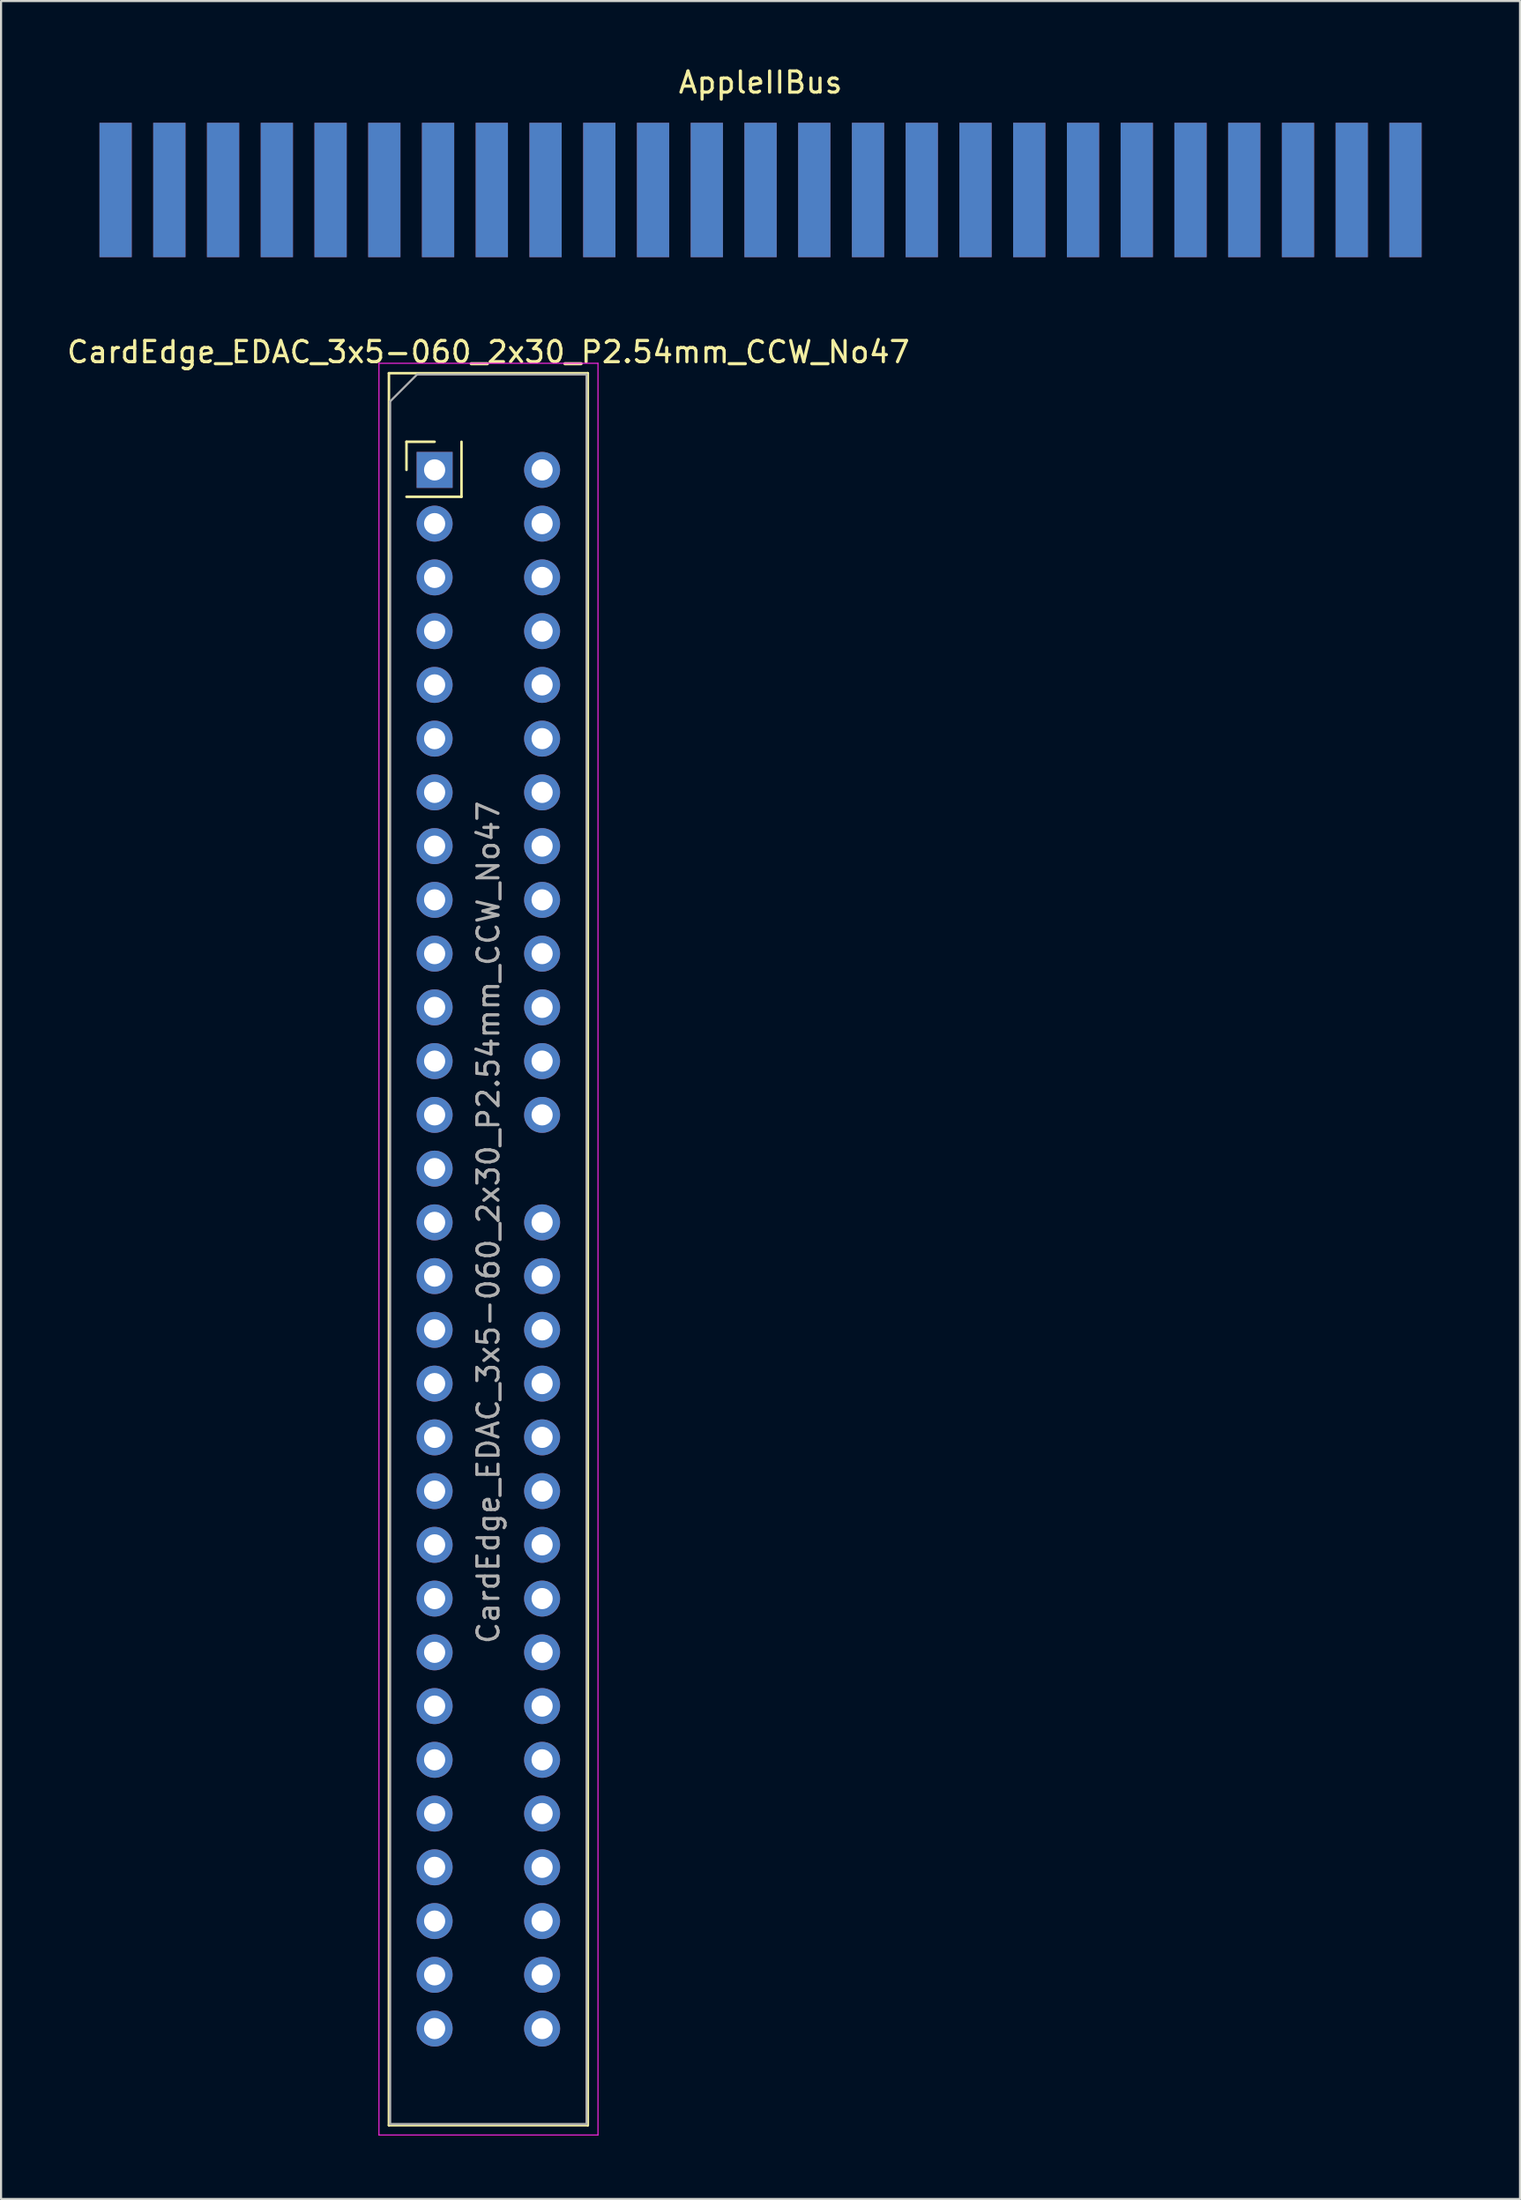
<source format=kicad_pcb>
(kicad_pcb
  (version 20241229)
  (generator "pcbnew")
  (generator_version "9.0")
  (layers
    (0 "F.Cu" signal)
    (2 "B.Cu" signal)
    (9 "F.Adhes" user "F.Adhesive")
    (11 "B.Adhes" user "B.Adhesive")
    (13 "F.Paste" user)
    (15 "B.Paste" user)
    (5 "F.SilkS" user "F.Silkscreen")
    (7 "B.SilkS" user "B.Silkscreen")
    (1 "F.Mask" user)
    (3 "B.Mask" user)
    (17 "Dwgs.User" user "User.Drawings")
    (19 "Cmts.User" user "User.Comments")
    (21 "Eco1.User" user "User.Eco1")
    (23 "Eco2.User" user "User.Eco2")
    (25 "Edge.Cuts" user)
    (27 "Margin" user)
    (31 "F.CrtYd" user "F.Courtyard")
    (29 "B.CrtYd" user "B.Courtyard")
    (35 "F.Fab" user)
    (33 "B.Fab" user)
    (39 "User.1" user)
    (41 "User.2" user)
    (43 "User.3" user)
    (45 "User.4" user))
  (footprint "AppleIIBus"
    (layer "F.Cu")
    (at 32.893 5.928)
    (property "Reference" "AppleIIBus" (at 0 -5.08 0) (layer "F.SilkS") (effects (font (size 1 1) (thickness 0.15))))
    (attr through_hole)
    (fp_poly (pts (xy -32.893 -3.81) (xy -32.893 3.81) (xy -31.877 3.81) (xy -31.877 -3.81)) (stroke (width 0) (type solid)) (fill yes) (layer "F.Mask"))
    (fp_poly (pts (xy 32.893 -3.81) (xy 31.877 -3.81) (xy 31.877 3.81) (xy 32.893 3.81)) (stroke (width 0) (type solid)) (fill yes) (layer "F.Mask"))
    (fp_poly (pts (xy -32.893 -3.81) (xy -32.893 3.81) (xy -31.877 3.81) (xy -31.877 -3.81)) (stroke (width 0) (type solid)) (fill yes) (layer "B.Mask"))
    (fp_poly (pts (xy 32.893 -3.81) (xy 31.877 -3.81) (xy 31.877 3.81) (xy 32.893 3.81)) (stroke (width 0) (type solid)) (fill yes) (layer "B.Mask"))
    (pad "1" smd rect (at -30.48 0) (size 1.524 6.35) (layers "F.Cu" "F.Mask"))
    (pad "2" smd rect (at -27.94 0) (size 1.524 6.35) (layers "F.Cu" "F.Mask"))
    (pad "3" smd rect (at -25.4 0) (size 1.524 6.35) (layers "F.Cu" "F.Mask"))
    (pad "4" smd rect (at -22.86 0) (size 1.524 6.35) (layers "F.Cu" "F.Mask"))
    (pad "5" smd rect (at -20.32 0) (size 1.524 6.35) (layers "F.Cu" "F.Mask"))
    (pad "6" smd rect (at -17.78 0) (size 1.524 6.35) (layers "F.Cu" "F.Mask"))
    (pad "7" smd rect (at -15.24 0) (size 1.524 6.35) (layers "F.Cu" "F.Mask"))
    (pad "8" smd rect (at -12.7 0) (size 1.524 6.35) (layers "F.Cu" "F.Mask"))
    (pad "9" smd rect (at -10.16 0) (size 1.524 6.35) (layers "F.Cu" "F.Mask"))
    (pad "10" smd rect (at -7.62 0) (size 1.524 6.35) (layers "F.Cu" "F.Mask"))
    (pad "11" smd rect (at -5.08 0) (size 1.524 6.35) (layers "F.Cu" "F.Mask"))
    (pad "12" smd rect (at -2.54 0) (size 1.524 6.35) (layers "F.Cu" "F.Mask"))
    (pad "13" smd rect (at 0 0) (size 1.524 6.35) (layers "F.Cu" "F.Mask"))
    (pad "14" smd rect (at 2.54 0) (size 1.524 6.35) (layers "F.Cu" "F.Mask"))
    (pad "15" smd rect (at 5.08 0) (size 1.524 6.35) (layers "F.Cu" "F.Mask"))
    (pad "16" smd rect (at 7.62 0) (size 1.524 6.35) (layers "F.Cu" "F.Mask"))
    (pad "17" smd rect (at 10.16 0) (size 1.524 6.35) (layers "F.Cu" "F.Mask"))
    (pad "18" smd rect (at 12.7 0) (size 1.524 6.35) (layers "F.Cu" "F.Mask"))
    (pad "19" smd rect (at 15.24 0) (size 1.524 6.35) (layers "F.Cu" "F.Mask"))
    (pad "20" smd rect (at 17.78 0) (size 1.524 6.35) (layers "F.Cu" "F.Mask"))
    (pad "21" smd rect (at 20.32 0) (size 1.524 6.35) (layers "F.Cu" "F.Mask"))
    (pad "22" smd rect (at 22.86 0) (size 1.524 6.35) (layers "F.Cu" "F.Mask"))
    (pad "23" smd rect (at 25.4 0) (size 1.524 6.35) (layers "F.Cu" "F.Mask"))
    (pad "24" smd rect (at 27.94 0) (size 1.524 6.35) (layers "F.Cu" "F.Mask"))
    (pad "25" smd rect (at 30.48 0) (size 1.524 6.35) (layers "F.Cu" "F.Mask"))
    (pad "26" smd rect (at 30.48 0) (size 1.524 6.35) (layers "B.Cu" "B.Mask"))
    (pad "27" smd rect (at 27.94 0) (size 1.524 6.35) (layers "B.Cu" "B.Mask"))
    (pad "28" smd rect (at 25.4 0) (size 1.524 6.35) (layers "B.Cu" "B.Mask"))
    (pad "29" smd rect (at 22.86 0) (size 1.524 6.35) (layers "B.Cu" "B.Mask"))
    (pad "30" smd rect (at 20.32 0) (size 1.524 6.35) (layers "B.Cu" "B.Mask"))
    (pad "31" smd rect (at 17.78 0) (size 1.524 6.35) (layers "B.Cu" "B.Mask"))
    (pad "32" smd rect (at 15.24 0) (size 1.524 6.35) (layers "B.Cu" "B.Mask"))
    (pad "33" smd rect (at 12.7 0) (size 1.524 6.35) (layers "B.Cu" "B.Mask"))
    (pad "34" smd rect (at 10.16 0) (size 1.524 6.35) (layers "B.Cu" "B.Mask"))
    (pad "35" smd rect (at 7.62 0) (size 1.524 6.35) (layers "B.Cu" "B.Mask"))
    (pad "36" smd rect (at 5.08 0) (size 1.524 6.35) (layers "B.Cu" "B.Mask"))
    (pad "37" smd rect (at 2.54 0) (size 1.524 6.35) (layers "B.Cu" "B.Mask"))
    (pad "38" smd rect (at 0 0) (size 1.524 6.35) (layers "B.Cu" "B.Mask"))
    (pad "39" smd rect (at -2.54 0) (size 1.524 6.35) (layers "B.Cu" "B.Mask"))
    (pad "40" smd rect (at -5.08 0) (size 1.524 6.35) (layers "B.Cu" "B.Mask"))
    (pad "41" smd rect (at -7.62 0) (size 1.524 6.35) (layers "B.Cu" "B.Mask"))
    (pad "42" smd rect (at -10.16 0) (size 1.524 6.35) (layers "B.Cu" "B.Mask"))
    (pad "43" smd rect (at -12.7 0) (size 1.524 6.35) (layers "B.Cu" "B.Mask"))
    (pad "44" smd rect (at -15.24 0) (size 1.524 6.35) (layers "B.Cu" "B.Mask"))
    (pad "45" smd rect (at -17.78 0) (size 1.524 6.35) (layers "B.Cu" "B.Mask"))
    (pad "46" smd rect (at -20.32 0) (size 1.524 6.35) (layers "B.Cu" "B.Mask"))
    (pad "47" smd rect (at -22.86 0) (size 1.524 6.35) (layers "B.Cu" "B.Mask"))
    (pad "48" smd rect (at -25.4 0) (size 1.524 6.35) (layers "B.Cu" "B.Mask"))
    (pad "49" smd rect (at -27.94 0) (size 1.524 6.35) (layers "B.Cu" "B.Mask"))
    (pad "50" smd rect (at -30.48 0) (size 1.524 6.35) (layers "B.Cu" "B.Mask")))
  (footprint "CardEdge_EDAC_3x5-060_2x30_P2.54mm_CCW_No47"
    (layer "F.Cu")
    (at 17.49 19.157)
    (property "Reference" "CardEdge_EDAC_3x5-060_2x30_P2.54mm_CCW_No47" (at 2.54 -5.57 0) (layer "F.SilkS") (effects (font (size 1 1) (thickness 0.15))))
    (attr through_hole)
    (fp_line (start -2.16 -4.57) (end -2.16 78.23) (stroke (width 0.12) (type solid)) (layer "F.SilkS"))
    (fp_line (start -2.16 -4.57) (end 7.24 -4.57) (stroke (width 0.12) (type solid)) (layer "F.SilkS"))
    (fp_line (start -2.16 78.23) (end 7.24 78.23) (stroke (width 0.12) (type solid)) (layer "F.SilkS"))
    (fp_line (start -1.33 -1.33) (end 0 -1.33) (stroke (width 0.12) (type solid)) (layer "F.SilkS"))
    (fp_line (start -1.33 0) (end -1.33 -1.33) (stroke (width 0.12) (type solid)) (layer "F.SilkS"))
    (fp_line (start -1.33 1.27) (end 1.27 1.27) (stroke (width 0.12) (type solid)) (layer "F.SilkS"))
    (fp_line (start 1.27 1.27) (end 1.27 -1.33) (stroke (width 0.12) (type solid)) (layer "F.SilkS"))
    (fp_line (start 7.24 -4.57) (end 7.24 78.23) (stroke (width 0.12) (type solid)) (layer "F.SilkS"))
    (fp_line (start -2.63 -5.04) (end -2.63 78.69) (stroke (width 0.05) (type solid)) (layer "F.CrtYd"))
    (fp_line (start -2.63 78.69) (end 7.72 78.69) (stroke (width 0.05) (type solid)) (layer "F.CrtYd"))
    (fp_line (start 7.72 -5.04) (end -2.63 -5.04) (stroke (width 0.05) (type solid)) (layer "F.CrtYd"))
    (fp_line (start 7.72 78.69) (end 7.72 -5.04) (stroke (width 0.05) (type solid)) (layer "F.CrtYd"))
    (fp_line (start -2.1 -3.24) (end -0.83 -4.51) (stroke (width 0.1) (type solid)) (layer "F.Fab"))
    (fp_line (start -2.1 78.17) (end -2.1 -3.24) (stroke (width 0.1) (type solid)) (layer "F.Fab"))
    (fp_line (start -0.83 -4.51) (end 7.18 -4.51) (stroke (width 0.1) (type solid)) (layer "F.Fab"))
    (fp_line (start 7.18 -4.51) (end 7.18 78.17) (stroke (width 0.1) (type solid)) (layer "F.Fab"))
    (fp_line (start 7.18 78.17) (end -2.1 78.17) (stroke (width 0.1) (type solid)) (layer "F.Fab"))
    (fp_text user "${REFERENCE}" (at 2.54 35.56 90) (layer "F.Fab") (effects (font (size 1 1) (thickness 0.15))))
    (pad "1" thru_hole rect (at 0 0) (size 1.7 1.7) (drill 1) (layers "*.Cu" "*.Mask"))
    (pad "2" thru_hole oval (at 0 2.54) (size 1.7 1.7) (drill 1) (layers "*.Cu" "*.Mask"))
    (pad "3" thru_hole oval (at 0 5.08) (size 1.7 1.7) (drill 1) (layers "*.Cu" "*.Mask"))
    (pad "4" thru_hole oval (at 0 7.62) (size 1.7 1.7) (drill 1) (layers "*.Cu" "*.Mask"))
    (pad "5" thru_hole oval (at 0 10.16) (size 1.7 1.7) (drill 1) (layers "*.Cu" "*.Mask"))
    (pad "6" thru_hole oval (at 0 12.7) (size 1.7 1.7) (drill 1) (layers "*.Cu" "*.Mask"))
    (pad "7" thru_hole oval (at 0 15.24) (size 1.7 1.7) (drill 1) (layers "*.Cu" "*.Mask"))
    (pad "8" thru_hole oval (at 0 17.78) (size 1.7 1.7) (drill 1) (layers "*.Cu" "*.Mask"))
    (pad "9" thru_hole oval (at 0 20.32) (size 1.7 1.7) (drill 1) (layers "*.Cu" "*.Mask"))
    (pad "10" thru_hole oval (at 0 22.86) (size 1.7 1.7) (drill 1) (layers "*.Cu" "*.Mask"))
    (pad "11" thru_hole oval (at 0 25.4) (size 1.7 1.7) (drill 1) (layers "*.Cu" "*.Mask"))
    (pad "12" thru_hole oval (at 0 27.94) (size 1.7 1.7) (drill 1) (layers "*.Cu" "*.Mask"))
    (pad "13" thru_hole oval (at 0 30.48) (size 1.7 1.7) (drill 1) (layers "*.Cu" "*.Mask"))
    (pad "14" thru_hole oval (at 0 33.02) (size 1.7 1.7) (drill 1) (layers "*.Cu" "*.Mask"))
    (pad "15" thru_hole oval (at 0 35.56) (size 1.7 1.7) (drill 1) (layers "*.Cu" "*.Mask"))
    (pad "16" thru_hole oval (at 0 38.1) (size 1.7 1.7) (drill 1) (layers "*.Cu" "*.Mask"))
    (pad "17" thru_hole oval (at 0 40.64) (size 1.7 1.7) (drill 1) (layers "*.Cu" "*.Mask"))
    (pad "18" thru_hole oval (at 0 43.18) (size 1.7 1.7) (drill 1) (layers "*.Cu" "*.Mask"))
    (pad "19" thru_hole oval (at 0 45.72) (size 1.7 1.7) (drill 1) (layers "*.Cu" "*.Mask"))
    (pad "20" thru_hole oval (at 0 48.26) (size 1.7 1.7) (drill 1) (layers "*.Cu" "*.Mask"))
    (pad "21" thru_hole oval (at 0 50.8) (size 1.7 1.7) (drill 1) (layers "*.Cu" "*.Mask"))
    (pad "22" thru_hole oval (at 0 53.34) (size 1.7 1.7) (drill 1) (layers "*.Cu" "*.Mask"))
    (pad "23" thru_hole oval (at 0 55.88) (size 1.7 1.7) (drill 1) (layers "*.Cu" "*.Mask"))
    (pad "24" thru_hole oval (at 0 58.42) (size 1.7 1.7) (drill 1) (layers "*.Cu" "*.Mask"))
    (pad "25" thru_hole oval (at 0 60.96) (size 1.7 1.7) (drill 1) (layers "*.Cu" "*.Mask"))
    (pad "26" thru_hole oval (at 0 63.5) (size 1.7 1.7) (drill 1) (layers "*.Cu" "*.Mask"))
    (pad "27" thru_hole oval (at 0 66.04) (size 1.7 1.7) (drill 1) (layers "*.Cu" "*.Mask"))
    (pad "28" thru_hole oval (at 0 68.58) (size 1.7 1.7) (drill 1) (layers "*.Cu" "*.Mask"))
    (pad "29" thru_hole oval (at 0 71.12) (size 1.7 1.7) (drill 1) (layers "*.Cu" "*.Mask"))
    (pad "30" thru_hole oval (at 0 73.66) (size 1.7 1.7) (drill 1) (layers "*.Cu" "*.Mask"))
    (pad "31" thru_hole oval (at 5.08 73.66) (size 1.7 1.7) (drill 1) (layers "*.Cu" "*.Mask"))
    (pad "32" thru_hole oval (at 5.08 71.12) (size 1.7 1.7) (drill 1) (layers "*.Cu" "*.Mask"))
    (pad "33" thru_hole oval (at 5.08 68.58) (size 1.7 1.7) (drill 1) (layers "*.Cu" "*.Mask"))
    (pad "34" thru_hole oval (at 5.08 66.04) (size 1.7 1.7) (drill 1) (layers "*.Cu" "*.Mask"))
    (pad "35" thru_hole oval (at 5.08 63.5) (size 1.7 1.7) (drill 1) (layers "*.Cu" "*.Mask"))
    (pad "36" thru_hole oval (at 5.08 60.96) (size 1.7 1.7) (drill 1) (layers "*.Cu" "*.Mask"))
    (pad "37" thru_hole oval (at 5.08 58.42) (size 1.7 1.7) (drill 1) (layers "*.Cu" "*.Mask"))
    (pad "38" thru_hole oval (at 5.08 55.88) (size 1.7 1.7) (drill 1) (layers "*.Cu" "*.Mask"))
    (pad "39" thru_hole oval (at 5.08 53.34) (size 1.7 1.7) (drill 1) (layers "*.Cu" "*.Mask"))
    (pad "40" thru_hole oval (at 5.08 50.8) (size 1.7 1.7) (drill 1) (layers "*.Cu" "*.Mask"))
    (pad "41" thru_hole oval (at 5.08 48.26) (size 1.7 1.7) (drill 1) (layers "*.Cu" "*.Mask"))
    (pad "42" thru_hole oval (at 5.08 45.72) (size 1.7 1.7) (drill 1) (layers "*.Cu" "*.Mask"))
    (pad "43" thru_hole oval (at 5.08 43.18) (size 1.7 1.7) (drill 1) (layers "*.Cu" "*.Mask"))
    (pad "44" thru_hole oval (at 5.08 40.64) (size 1.7 1.7) (drill 1) (layers "*.Cu" "*.Mask"))
    (pad "45" thru_hole oval (at 5.08 38.1) (size 1.7 1.7) (drill 1) (layers "*.Cu" "*.Mask"))
    (pad "46" thru_hole oval (at 5.08 35.56) (size 1.7 1.7) (drill 1) (layers "*.Cu" "*.Mask"))
    (pad "48" thru_hole oval (at 5.08 30.48) (size 1.7 1.7) (drill 1) (layers "*.Cu" "*.Mask"))
    (pad "49" thru_hole oval (at 5.08 27.94) (size 1.7 1.7) (drill 1) (layers "*.Cu" "*.Mask"))
    (pad "50" thru_hole oval (at 5.08 25.4) (size 1.7 1.7) (drill 1) (layers "*.Cu" "*.Mask"))
    (pad "51" thru_hole oval (at 5.08 22.86) (size 1.7 1.7) (drill 1) (layers "*.Cu" "*.Mask"))
    (pad "52" thru_hole oval (at 5.08 20.32) (size 1.7 1.7) (drill 1) (layers "*.Cu" "*.Mask"))
    (pad "53" thru_hole oval (at 5.08 17.78) (size 1.7 1.7) (drill 1) (layers "*.Cu" "*.Mask"))
    (pad "54" thru_hole oval (at 5.08 15.24) (size 1.7 1.7) (drill 1) (layers "*.Cu" "*.Mask"))
    (pad "55" thru_hole oval (at 5.08 12.7) (size 1.7 1.7) (drill 1) (layers "*.Cu" "*.Mask"))
    (pad "56" thru_hole oval (at 5.08 10.16) (size 1.7 1.7) (drill 1) (layers "*.Cu" "*.Mask"))
    (pad "57" thru_hole oval (at 5.08 7.62) (size 1.7 1.7) (drill 1) (layers "*.Cu" "*.Mask"))
    (pad "58" thru_hole oval (at 5.08 5.08) (size 1.7 1.7) (drill 1) (layers "*.Cu" "*.Mask"))
    (pad "59" thru_hole oval (at 5.08 2.54) (size 1.7 1.7) (drill 1) (layers "*.Cu" "*.Mask"))
    (pad "60" thru_hole oval (at 5.08 0) (size 1.7 1.7) (drill 1) (layers "*.Cu" "*.Mask")))
  (gr_rect
    (start -3 -3)
    (end 68.786 100.871)
    (stroke (width 0.1) (type default))
    (fill no)
    (layer "Edge.Cuts")))
</source>
